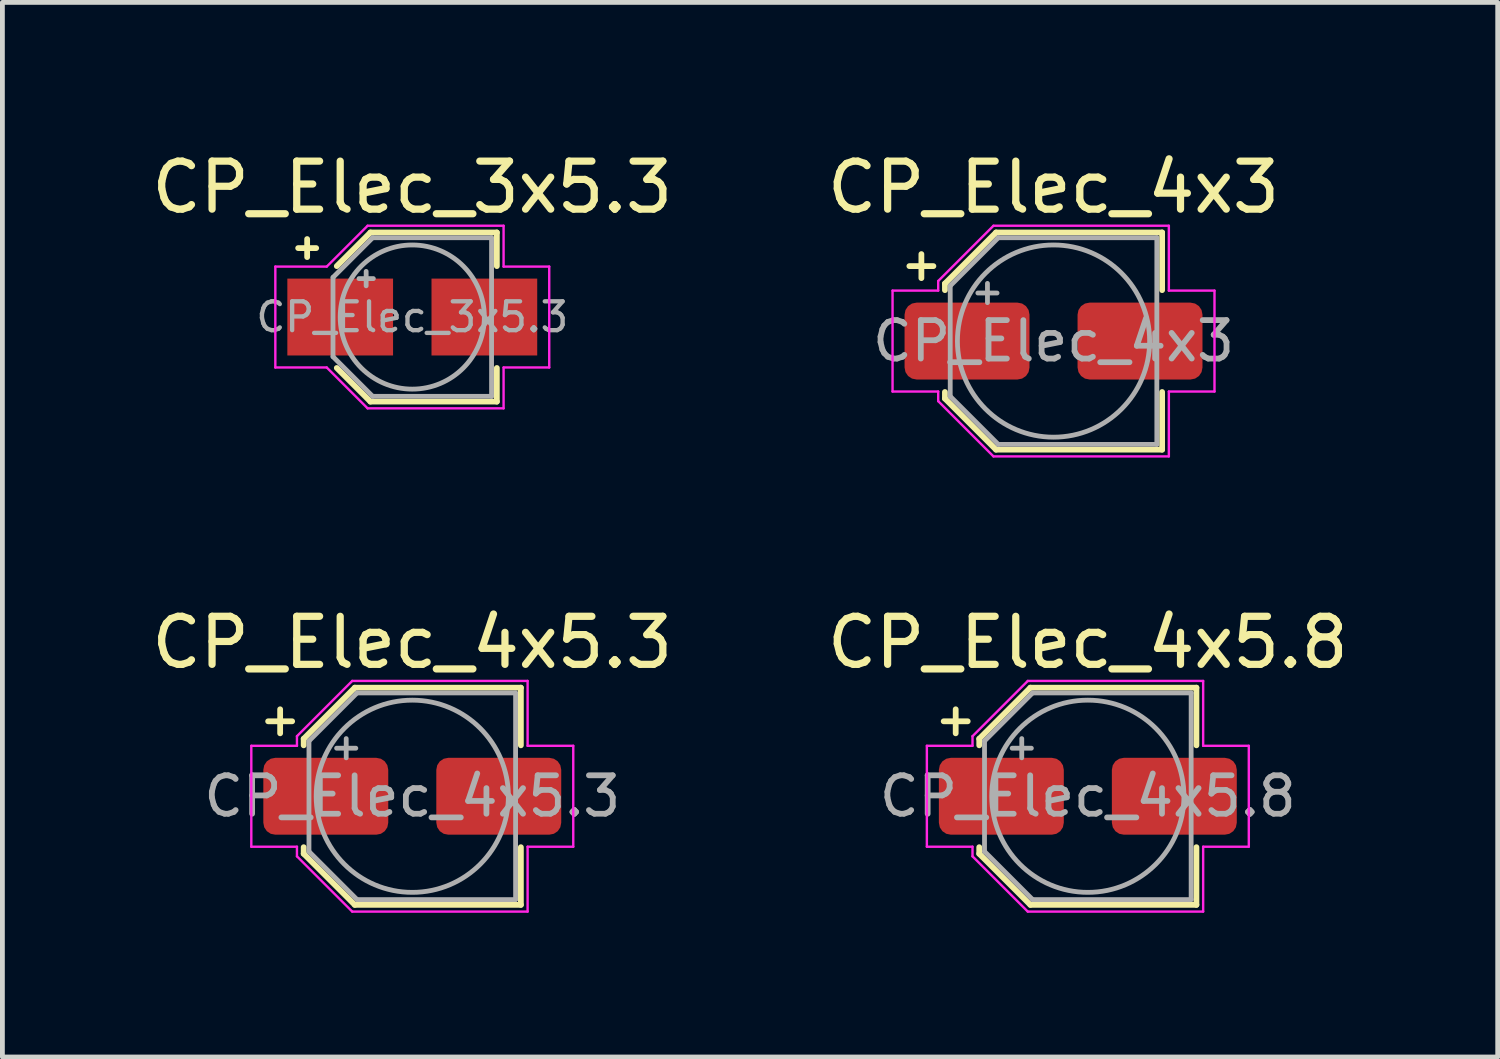
<source format=kicad_pcb>
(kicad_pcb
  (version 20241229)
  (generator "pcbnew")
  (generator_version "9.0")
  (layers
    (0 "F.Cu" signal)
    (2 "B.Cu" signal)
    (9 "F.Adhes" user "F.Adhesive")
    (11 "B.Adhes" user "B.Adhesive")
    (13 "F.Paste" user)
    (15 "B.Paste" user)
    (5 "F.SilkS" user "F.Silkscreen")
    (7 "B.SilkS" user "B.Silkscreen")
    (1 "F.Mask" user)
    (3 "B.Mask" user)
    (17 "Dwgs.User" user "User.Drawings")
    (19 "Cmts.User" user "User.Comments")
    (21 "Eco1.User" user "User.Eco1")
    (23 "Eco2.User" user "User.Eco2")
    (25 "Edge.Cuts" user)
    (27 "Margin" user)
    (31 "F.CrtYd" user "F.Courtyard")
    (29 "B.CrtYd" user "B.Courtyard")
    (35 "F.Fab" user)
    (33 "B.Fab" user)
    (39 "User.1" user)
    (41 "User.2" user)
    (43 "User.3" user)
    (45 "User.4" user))
  (footprint "CP_Elec_3x5.3"
    (layer "F.Cu")
    (at 5.53 3.548)
    (property "Reference" "CP_Elec_3x5.3" (at 0 -2.7 0) (layer "F.SilkS") (effects (font (size 1 1) (thickness 0.15))))
    (attr smd)
    (fp_line (start -2.375 -1.435) (end -2 -1.435) (stroke (width 0.12) (type solid)) (layer "F.SilkS"))
    (fp_line (start -2.188 -1.623) (end -2.188 -1.248) (stroke (width 0.12) (type solid)) (layer "F.SilkS"))
    (fp_line (start -1.571 -1.06) (end -0.871 -1.76) (stroke (width 0.12) (type solid)) (layer "F.SilkS"))
    (fp_line (start -1.571 1.06) (end -0.871 1.76) (stroke (width 0.12) (type solid)) (layer "F.SilkS"))
    (fp_line (start -0.871 -1.76) (end 1.76 -1.76) (stroke (width 0.12) (type solid)) (layer "F.SilkS"))
    (fp_line (start -0.871 1.76) (end 1.76 1.76) (stroke (width 0.12) (type solid)) (layer "F.SilkS"))
    (fp_line (start 1.76 -1.76) (end 1.76 -1.06) (stroke (width 0.12) (type solid)) (layer "F.SilkS"))
    (fp_line (start 1.76 1.76) (end 1.76 1.06) (stroke (width 0.12) (type solid)) (layer "F.SilkS"))
    (fp_line (start -2.85 -1.05) (end -2.85 1.05) (stroke (width 0.05) (type solid)) (layer "F.CrtYd"))
    (fp_line (start -2.85 1.05) (end -1.78 1.05) (stroke (width 0.05) (type solid)) (layer "F.CrtYd"))
    (fp_line (start -1.78 -1.05) (end -2.85 -1.05) (stroke (width 0.05) (type solid)) (layer "F.CrtYd"))
    (fp_line (start -1.78 -1.05) (end -0.93 -1.9) (stroke (width 0.05) (type solid)) (layer "F.CrtYd"))
    (fp_line (start -1.78 1.05) (end -0.93 1.9) (stroke (width 0.05) (type solid)) (layer "F.CrtYd"))
    (fp_line (start -0.93 -1.9) (end 1.9 -1.9) (stroke (width 0.05) (type solid)) (layer "F.CrtYd"))
    (fp_line (start -0.93 1.9) (end 1.9 1.9) (stroke (width 0.05) (type solid)) (layer "F.CrtYd"))
    (fp_line (start 1.9 -1.9) (end 1.9 -1.05) (stroke (width 0.05) (type solid)) (layer "F.CrtYd"))
    (fp_line (start 1.9 -1.05) (end 2.85 -1.05) (stroke (width 0.05) (type solid)) (layer "F.CrtYd"))
    (fp_line (start 1.9 1.05) (end 1.9 1.9) (stroke (width 0.05) (type solid)) (layer "F.CrtYd"))
    (fp_line (start 2.85 -1.05) (end 2.85 1.05) (stroke (width 0.05) (type solid)) (layer "F.CrtYd"))
    (fp_line (start 2.85 1.05) (end 1.9 1.05) (stroke (width 0.05) (type solid)) (layer "F.CrtYd"))
    (fp_line (start -1.65 -0.825) (end -1.65 0.825) (stroke (width 0.1) (type solid)) (layer "F.Fab"))
    (fp_line (start -1.65 -0.825) (end -0.825 -1.65) (stroke (width 0.1) (type solid)) (layer "F.Fab"))
    (fp_line (start -1.65 0.825) (end -0.825 1.65) (stroke (width 0.1) (type solid)) (layer "F.Fab"))
    (fp_line (start -1.11 -0.8) (end -0.81 -0.8) (stroke (width 0.1) (type solid)) (layer "F.Fab"))
    (fp_line (start -0.96 -0.95) (end -0.96 -0.65) (stroke (width 0.1) (type solid)) (layer "F.Fab"))
    (fp_line (start -0.825 -1.65) (end 1.65 -1.65) (stroke (width 0.1) (type solid)) (layer "F.Fab"))
    (fp_line (start -0.825 1.65) (end 1.65 1.65) (stroke (width 0.1) (type solid)) (layer "F.Fab"))
    (fp_line (start 1.65 -1.65) (end 1.65 1.65) (stroke (width 0.1) (type solid)) (layer "F.Fab"))
    (fp_circle (center 0 0) (end 1.5 0) (stroke (width 0.1) (type solid)) (fill no) (layer "F.Fab"))
    (fp_text user "${REFERENCE}" (at 0 0 0) (layer "F.Fab") (effects (font (size 0.6 0.6) (thickness 0.09))))
    (pad "1" smd rect (at -1.5 0) (size 2.2 1.6) (layers "F.Cu" "F.Mask" "F.Paste"))
    (pad "2" smd rect (at 1.5 0) (size 2.2 1.6) (layers "F.Cu" "F.Mask" "F.Paste")))
  (footprint "CP_Elec_4x5.3"
    (layer "F.Cu")
    (at 5.53 13.521)
    (property "Reference" "CP_Elec_4x5.3" (at 0 -3.2 0) (layer "F.SilkS") (effects (font (size 1 1) (thickness 0.15))))
    (attr smd)
    (fp_line (start -3 -1.56) (end -2.5 -1.56) (stroke (width 0.12) (type solid)) (layer "F.SilkS"))
    (fp_line (start -2.75 -1.81) (end -2.75 -1.31) (stroke (width 0.12) (type solid)) (layer "F.SilkS"))
    (fp_line (start -2.26 -1.196) (end -2.26 -1.06) (stroke (width 0.12) (type solid)) (layer "F.SilkS"))
    (fp_line (start -2.26 -1.196) (end -1.196 -2.26) (stroke (width 0.12) (type solid)) (layer "F.SilkS"))
    (fp_line (start -2.26 1.196) (end -2.26 1.06) (stroke (width 0.12) (type solid)) (layer "F.SilkS"))
    (fp_line (start -2.26 1.196) (end -1.196 2.26) (stroke (width 0.12) (type solid)) (layer "F.SilkS"))
    (fp_line (start -1.196 -2.26) (end 2.26 -2.26) (stroke (width 0.12) (type solid)) (layer "F.SilkS"))
    (fp_line (start -1.196 2.26) (end 2.26 2.26) (stroke (width 0.12) (type solid)) (layer "F.SilkS"))
    (fp_line (start 2.26 -2.26) (end 2.26 -1.06) (stroke (width 0.12) (type solid)) (layer "F.SilkS"))
    (fp_line (start 2.26 2.26) (end 2.26 1.06) (stroke (width 0.12) (type solid)) (layer "F.SilkS"))
    (fp_line (start -3.35 -1.05) (end -3.35 1.05) (stroke (width 0.05) (type solid)) (layer "F.CrtYd"))
    (fp_line (start -3.35 1.05) (end -2.4 1.05) (stroke (width 0.05) (type solid)) (layer "F.CrtYd"))
    (fp_line (start -2.4 -1.25) (end -2.4 -1.05) (stroke (width 0.05) (type solid)) (layer "F.CrtYd"))
    (fp_line (start -2.4 -1.25) (end -1.25 -2.4) (stroke (width 0.05) (type solid)) (layer "F.CrtYd"))
    (fp_line (start -2.4 -1.05) (end -3.35 -1.05) (stroke (width 0.05) (type solid)) (layer "F.CrtYd"))
    (fp_line (start -2.4 1.05) (end -2.4 1.25) (stroke (width 0.05) (type solid)) (layer "F.CrtYd"))
    (fp_line (start -2.4 1.25) (end -1.25 2.4) (stroke (width 0.05) (type solid)) (layer "F.CrtYd"))
    (fp_line (start -1.25 -2.4) (end 2.4 -2.4) (stroke (width 0.05) (type solid)) (layer "F.CrtYd"))
    (fp_line (start -1.25 2.4) (end 2.4 2.4) (stroke (width 0.05) (type solid)) (layer "F.CrtYd"))
    (fp_line (start 2.4 -2.4) (end 2.4 -1.05) (stroke (width 0.05) (type solid)) (layer "F.CrtYd"))
    (fp_line (start 2.4 -1.05) (end 3.35 -1.05) (stroke (width 0.05) (type solid)) (layer "F.CrtYd"))
    (fp_line (start 2.4 1.05) (end 2.4 2.4) (stroke (width 0.05) (type solid)) (layer "F.CrtYd"))
    (fp_line (start 3.35 -1.05) (end 3.35 1.05) (stroke (width 0.05) (type solid)) (layer "F.CrtYd"))
    (fp_line (start 3.35 1.05) (end 2.4 1.05) (stroke (width 0.05) (type solid)) (layer "F.CrtYd"))
    (fp_line (start -2.15 -1.15) (end -2.15 1.15) (stroke (width 0.1) (type solid)) (layer "F.Fab"))
    (fp_line (start -2.15 -1.15) (end -1.15 -2.15) (stroke (width 0.1) (type solid)) (layer "F.Fab"))
    (fp_line (start -2.15 1.15) (end -1.15 2.15) (stroke (width 0.1) (type solid)) (layer "F.Fab"))
    (fp_line (start -1.575 -1) (end -1.175 -1) (stroke (width 0.1) (type solid)) (layer "F.Fab"))
    (fp_line (start -1.375 -1.2) (end -1.375 -0.8) (stroke (width 0.1) (type solid)) (layer "F.Fab"))
    (fp_line (start -1.15 -2.15) (end 2.15 -2.15) (stroke (width 0.1) (type solid)) (layer "F.Fab"))
    (fp_line (start -1.15 2.15) (end 2.15 2.15) (stroke (width 0.1) (type solid)) (layer "F.Fab"))
    (fp_line (start 2.15 -2.15) (end 2.15 2.15) (stroke (width 0.1) (type solid)) (layer "F.Fab"))
    (fp_circle (center 0 0) (end 2 0) (stroke (width 0.1) (type solid)) (fill no) (layer "F.Fab"))
    (fp_text user "${REFERENCE}" (at 0 0 0) (layer "F.Fab") (effects (font (size 0.8 0.8) (thickness 0.12))))
    (pad "1" smd roundrect (at -1.8 0) (size 2.6 1.6) (layers "F.Cu" "F.Mask" "F.Paste") (roundrect_rratio 0.156))
    (pad "2" smd roundrect (at 1.8 0) (size 2.6 1.6) (layers "F.Cu" "F.Mask" "F.Paste") (roundrect_rratio 0.156)))
  (footprint "CP_Elec_4x5.8"
    (layer "F.Cu")
    (at 19.589 13.521)
    (property "Reference" "CP_Elec_4x5.8" (at 0 -3.2 0) (layer "F.SilkS") (effects (font (size 1 1) (thickness 0.15))))
    (attr smd)
    (fp_line (start -3 -1.56) (end -2.5 -1.56) (stroke (width 0.12) (type solid)) (layer "F.SilkS"))
    (fp_line (start -2.75 -1.81) (end -2.75 -1.31) (stroke (width 0.12) (type solid)) (layer "F.SilkS"))
    (fp_line (start -2.26 -1.196) (end -2.26 -1.06) (stroke (width 0.12) (type solid)) (layer "F.SilkS"))
    (fp_line (start -2.26 -1.196) (end -1.196 -2.26) (stroke (width 0.12) (type solid)) (layer "F.SilkS"))
    (fp_line (start -2.26 1.196) (end -2.26 1.06) (stroke (width 0.12) (type solid)) (layer "F.SilkS"))
    (fp_line (start -2.26 1.196) (end -1.196 2.26) (stroke (width 0.12) (type solid)) (layer "F.SilkS"))
    (fp_line (start -1.196 -2.26) (end 2.26 -2.26) (stroke (width 0.12) (type solid)) (layer "F.SilkS"))
    (fp_line (start -1.196 2.26) (end 2.26 2.26) (stroke (width 0.12) (type solid)) (layer "F.SilkS"))
    (fp_line (start 2.26 -2.26) (end 2.26 -1.06) (stroke (width 0.12) (type solid)) (layer "F.SilkS"))
    (fp_line (start 2.26 2.26) (end 2.26 1.06) (stroke (width 0.12) (type solid)) (layer "F.SilkS"))
    (fp_line (start -3.35 -1.05) (end -3.35 1.05) (stroke (width 0.05) (type solid)) (layer "F.CrtYd"))
    (fp_line (start -3.35 1.05) (end -2.4 1.05) (stroke (width 0.05) (type solid)) (layer "F.CrtYd"))
    (fp_line (start -2.4 -1.25) (end -2.4 -1.05) (stroke (width 0.05) (type solid)) (layer "F.CrtYd"))
    (fp_line (start -2.4 -1.25) (end -1.25 -2.4) (stroke (width 0.05) (type solid)) (layer "F.CrtYd"))
    (fp_line (start -2.4 -1.05) (end -3.35 -1.05) (stroke (width 0.05) (type solid)) (layer "F.CrtYd"))
    (fp_line (start -2.4 1.05) (end -2.4 1.25) (stroke (width 0.05) (type solid)) (layer "F.CrtYd"))
    (fp_line (start -2.4 1.25) (end -1.25 2.4) (stroke (width 0.05) (type solid)) (layer "F.CrtYd"))
    (fp_line (start -1.25 -2.4) (end 2.4 -2.4) (stroke (width 0.05) (type solid)) (layer "F.CrtYd"))
    (fp_line (start -1.25 2.4) (end 2.4 2.4) (stroke (width 0.05) (type solid)) (layer "F.CrtYd"))
    (fp_line (start 2.4 -2.4) (end 2.4 -1.05) (stroke (width 0.05) (type solid)) (layer "F.CrtYd"))
    (fp_line (start 2.4 -1.05) (end 3.35 -1.05) (stroke (width 0.05) (type solid)) (layer "F.CrtYd"))
    (fp_line (start 2.4 1.05) (end 2.4 2.4) (stroke (width 0.05) (type solid)) (layer "F.CrtYd"))
    (fp_line (start 3.35 -1.05) (end 3.35 1.05) (stroke (width 0.05) (type solid)) (layer "F.CrtYd"))
    (fp_line (start 3.35 1.05) (end 2.4 1.05) (stroke (width 0.05) (type solid)) (layer "F.CrtYd"))
    (fp_line (start -2.15 -1.15) (end -2.15 1.15) (stroke (width 0.1) (type solid)) (layer "F.Fab"))
    (fp_line (start -2.15 -1.15) (end -1.15 -2.15) (stroke (width 0.1) (type solid)) (layer "F.Fab"))
    (fp_line (start -2.15 1.15) (end -1.15 2.15) (stroke (width 0.1) (type solid)) (layer "F.Fab"))
    (fp_line (start -1.575 -1) (end -1.175 -1) (stroke (width 0.1) (type solid)) (layer "F.Fab"))
    (fp_line (start -1.375 -1.2) (end -1.375 -0.8) (stroke (width 0.1) (type solid)) (layer "F.Fab"))
    (fp_line (start -1.15 -2.15) (end 2.15 -2.15) (stroke (width 0.1) (type solid)) (layer "F.Fab"))
    (fp_line (start -1.15 2.15) (end 2.15 2.15) (stroke (width 0.1) (type solid)) (layer "F.Fab"))
    (fp_line (start 2.15 -2.15) (end 2.15 2.15) (stroke (width 0.1) (type solid)) (layer "F.Fab"))
    (fp_circle (center 0 0) (end 2 0) (stroke (width 0.1) (type solid)) (fill no) (layer "F.Fab"))
    (fp_text user "${REFERENCE}" (at 0 0 0) (layer "F.Fab") (effects (font (size 0.8 0.8) (thickness 0.12))))
    (pad "1" smd roundrect (at -1.8 0) (size 2.6 1.6) (layers "F.Cu" "F.Mask" "F.Paste") (roundrect_rratio 0.156))
    (pad "2" smd roundrect (at 1.8 0) (size 2.6 1.6) (layers "F.Cu" "F.Mask" "F.Paste") (roundrect_rratio 0.156)))
  (footprint "CP_Elec_4x3"
    (layer "F.Cu")
    (at 18.875 4.048)
    (property "Reference" "CP_Elec_4x3" (at 0 -3.2 0) (layer "F.SilkS") (effects (font (size 1 1) (thickness 0.15))))
    (attr smd)
    (fp_line (start -3 -1.56) (end -2.5 -1.56) (stroke (width 0.12) (type solid)) (layer "F.SilkS"))
    (fp_line (start -2.75 -1.81) (end -2.75 -1.31) (stroke (width 0.12) (type solid)) (layer "F.SilkS"))
    (fp_line (start -2.26 -1.196) (end -2.26 -1.06) (stroke (width 0.12) (type solid)) (layer "F.SilkS"))
    (fp_line (start -2.26 -1.196) (end -1.196 -2.26) (stroke (width 0.12) (type solid)) (layer "F.SilkS"))
    (fp_line (start -2.26 1.196) (end -2.26 1.06) (stroke (width 0.12) (type solid)) (layer "F.SilkS"))
    (fp_line (start -2.26 1.196) (end -1.196 2.26) (stroke (width 0.12) (type solid)) (layer "F.SilkS"))
    (fp_line (start -1.196 -2.26) (end 2.26 -2.26) (stroke (width 0.12) (type solid)) (layer "F.SilkS"))
    (fp_line (start -1.196 2.26) (end 2.26 2.26) (stroke (width 0.12) (type solid)) (layer "F.SilkS"))
    (fp_line (start 2.26 -2.26) (end 2.26 -1.06) (stroke (width 0.12) (type solid)) (layer "F.SilkS"))
    (fp_line (start 2.26 2.26) (end 2.26 1.06) (stroke (width 0.12) (type solid)) (layer "F.SilkS"))
    (fp_line (start -3.35 -1.05) (end -3.35 1.05) (stroke (width 0.05) (type solid)) (layer "F.CrtYd"))
    (fp_line (start -3.35 1.05) (end -2.4 1.05) (stroke (width 0.05) (type solid)) (layer "F.CrtYd"))
    (fp_line (start -2.4 -1.25) (end -2.4 -1.05) (stroke (width 0.05) (type solid)) (layer "F.CrtYd"))
    (fp_line (start -2.4 -1.25) (end -1.25 -2.4) (stroke (width 0.05) (type solid)) (layer "F.CrtYd"))
    (fp_line (start -2.4 -1.05) (end -3.35 -1.05) (stroke (width 0.05) (type solid)) (layer "F.CrtYd"))
    (fp_line (start -2.4 1.05) (end -2.4 1.25) (stroke (width 0.05) (type solid)) (layer "F.CrtYd"))
    (fp_line (start -2.4 1.25) (end -1.25 2.4) (stroke (width 0.05) (type solid)) (layer "F.CrtYd"))
    (fp_line (start -1.25 -2.4) (end 2.4 -2.4) (stroke (width 0.05) (type solid)) (layer "F.CrtYd"))
    (fp_line (start -1.25 2.4) (end 2.4 2.4) (stroke (width 0.05) (type solid)) (layer "F.CrtYd"))
    (fp_line (start 2.4 -2.4) (end 2.4 -1.05) (stroke (width 0.05) (type solid)) (layer "F.CrtYd"))
    (fp_line (start 2.4 -1.05) (end 3.35 -1.05) (stroke (width 0.05) (type solid)) (layer "F.CrtYd"))
    (fp_line (start 2.4 1.05) (end 2.4 2.4) (stroke (width 0.05) (type solid)) (layer "F.CrtYd"))
    (fp_line (start 3.35 -1.05) (end 3.35 1.05) (stroke (width 0.05) (type solid)) (layer "F.CrtYd"))
    (fp_line (start 3.35 1.05) (end 2.4 1.05) (stroke (width 0.05) (type solid)) (layer "F.CrtYd"))
    (fp_line (start -2.15 -1.15) (end -2.15 1.15) (stroke (width 0.1) (type solid)) (layer "F.Fab"))
    (fp_line (start -2.15 -1.15) (end -1.15 -2.15) (stroke (width 0.1) (type solid)) (layer "F.Fab"))
    (fp_line (start -2.15 1.15) (end -1.15 2.15) (stroke (width 0.1) (type solid)) (layer "F.Fab"))
    (fp_line (start -1.575 -1) (end -1.175 -1) (stroke (width 0.1) (type solid)) (layer "F.Fab"))
    (fp_line (start -1.375 -1.2) (end -1.375 -0.8) (stroke (width 0.1) (type solid)) (layer "F.Fab"))
    (fp_line (start -1.15 -2.15) (end 2.15 -2.15) (stroke (width 0.1) (type solid)) (layer "F.Fab"))
    (fp_line (start -1.15 2.15) (end 2.15 2.15) (stroke (width 0.1) (type solid)) (layer "F.Fab"))
    (fp_line (start 2.15 -2.15) (end 2.15 2.15) (stroke (width 0.1) (type solid)) (layer "F.Fab"))
    (fp_circle (center 0 0) (end 2 0) (stroke (width 0.1) (type solid)) (fill no) (layer "F.Fab"))
    (fp_text user "${REFERENCE}" (at 0 0 0) (layer "F.Fab") (effects (font (size 0.8 0.8) (thickness 0.12))))
    (pad "1" smd roundrect (at -1.8 0) (size 2.6 1.6) (layers "F.Cu" "F.Mask" "F.Paste") (roundrect_rratio 0.156))
    (pad "2" smd roundrect (at 1.8 0) (size 2.6 1.6) (layers "F.Cu" "F.Mask" "F.Paste") (roundrect_rratio 0.156)))
  (gr_rect
    (start -3 -3)
    (end 28.119 18.947)
    (stroke (width 0.1) (type default))
    (fill no)
    (layer "Edge.Cuts")))
</source>
